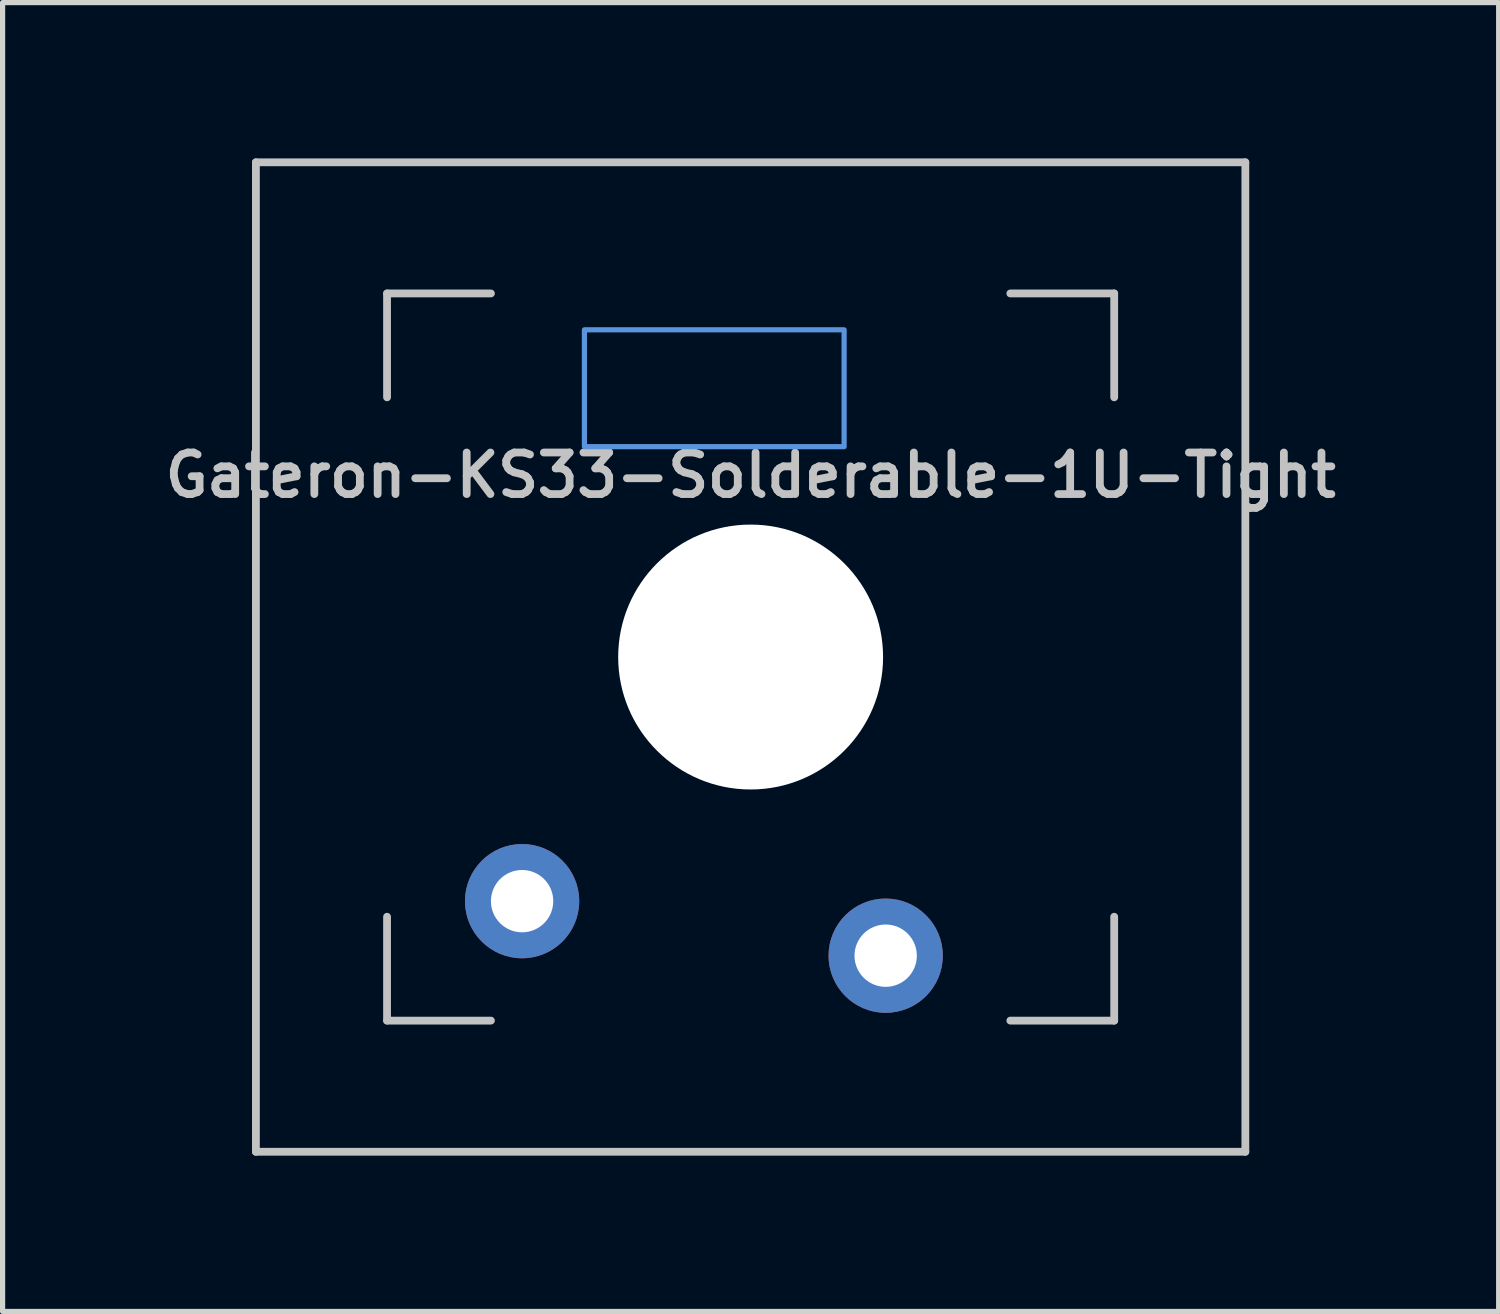
<source format=kicad_pcb>
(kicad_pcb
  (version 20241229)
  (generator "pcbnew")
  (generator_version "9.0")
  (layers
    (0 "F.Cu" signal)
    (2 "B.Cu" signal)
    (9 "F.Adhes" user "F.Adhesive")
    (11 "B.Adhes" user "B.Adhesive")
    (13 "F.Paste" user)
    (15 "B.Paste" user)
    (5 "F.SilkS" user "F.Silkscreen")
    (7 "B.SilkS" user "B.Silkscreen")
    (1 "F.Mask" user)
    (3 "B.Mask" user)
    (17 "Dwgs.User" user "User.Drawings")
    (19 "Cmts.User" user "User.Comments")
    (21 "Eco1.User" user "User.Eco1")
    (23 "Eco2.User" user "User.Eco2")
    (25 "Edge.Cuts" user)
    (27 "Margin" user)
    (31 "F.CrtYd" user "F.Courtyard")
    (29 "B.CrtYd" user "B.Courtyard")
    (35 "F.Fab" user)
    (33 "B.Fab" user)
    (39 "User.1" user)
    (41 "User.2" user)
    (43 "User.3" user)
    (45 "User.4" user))
  (footprint "Gateron-KS33-Solderable-1U-Tight"
    (layer "F.Cu")
    (at 11.402 9.6)
    (property "Reference" "Gateron-KS33-Solderable-1U-Tight" (at 0 -3.5 0) (layer "Dwgs.User") (effects (font (size 0.8 0.8) (thickness 0.15))))
    (attr through_hole)
    (fp_line (start -9.525 9.525) (end -9.525 -9.525) (stroke (width 0.15) (type solid)) (layer "Dwgs.User"))
    (fp_line (start -7 -7) (end -7 -5) (stroke (width 0.15) (type solid)) (layer "Dwgs.User"))
    (fp_line (start -7 5) (end -7 7) (stroke (width 0.15) (type solid)) (layer "Dwgs.User"))
    (fp_line (start -7 7) (end -5 7) (stroke (width 0.15) (type solid)) (layer "Dwgs.User"))
    (fp_line (start -5 -7) (end -7 -7) (stroke (width 0.15) (type solid)) (layer "Dwgs.User"))
    (fp_line (start 5 -7) (end 7 -7) (stroke (width 0.15) (type solid)) (layer "Dwgs.User"))
    (fp_line (start 5 7) (end 7 7) (stroke (width 0.15) (type solid)) (layer "Dwgs.User"))
    (fp_line (start 7 -7) (end 7 -5) (stroke (width 0.15) (type solid)) (layer "Dwgs.User"))
    (fp_line (start 7 7) (end 7 5) (stroke (width 0.15) (type solid)) (layer "Dwgs.User"))
    (fp_line (start 9.525 -9.525) (end -9.525 -9.525) (stroke (width 0.15) (type solid)) (layer "Dwgs.User"))
    (fp_line (start 9.525 9.525) (end -9.525 9.525) (stroke (width 0.15) (type solid)) (layer "Dwgs.User"))
    (fp_line (start 9.525 9.525) (end 9.525 -9.525) (stroke (width 0.15) (type solid)) (layer "Dwgs.User"))
    (fp_rect (start -3.2 -6.3) (end 1.8 -4.05) (stroke (width 0.1) (type default)) (fill no) (layer "Cmts.User"))
    (pad "" np_thru_hole circle (at 0 0 180) (size 5.1 5.1) (drill 5.1) (layers "*.Cu" "*.Mask"))
    (pad "1" thru_hole circle (at -4.4 4.7 180) (size 2.2 2.2) (drill 1.2) (layers "*.Cu" "B.Mask"))
    (pad "2" thru_hole circle (at 2.6 5.75 180) (size 2.2 2.2) (drill 1.2) (layers "*.Cu" "B.Mask")))
  (gr_rect
    (start -3 -3)
    (end 25.804 22.2)
    (stroke (width 0.1) (type default))
    (fill no)
    (layer "Edge.Cuts")))
</source>
